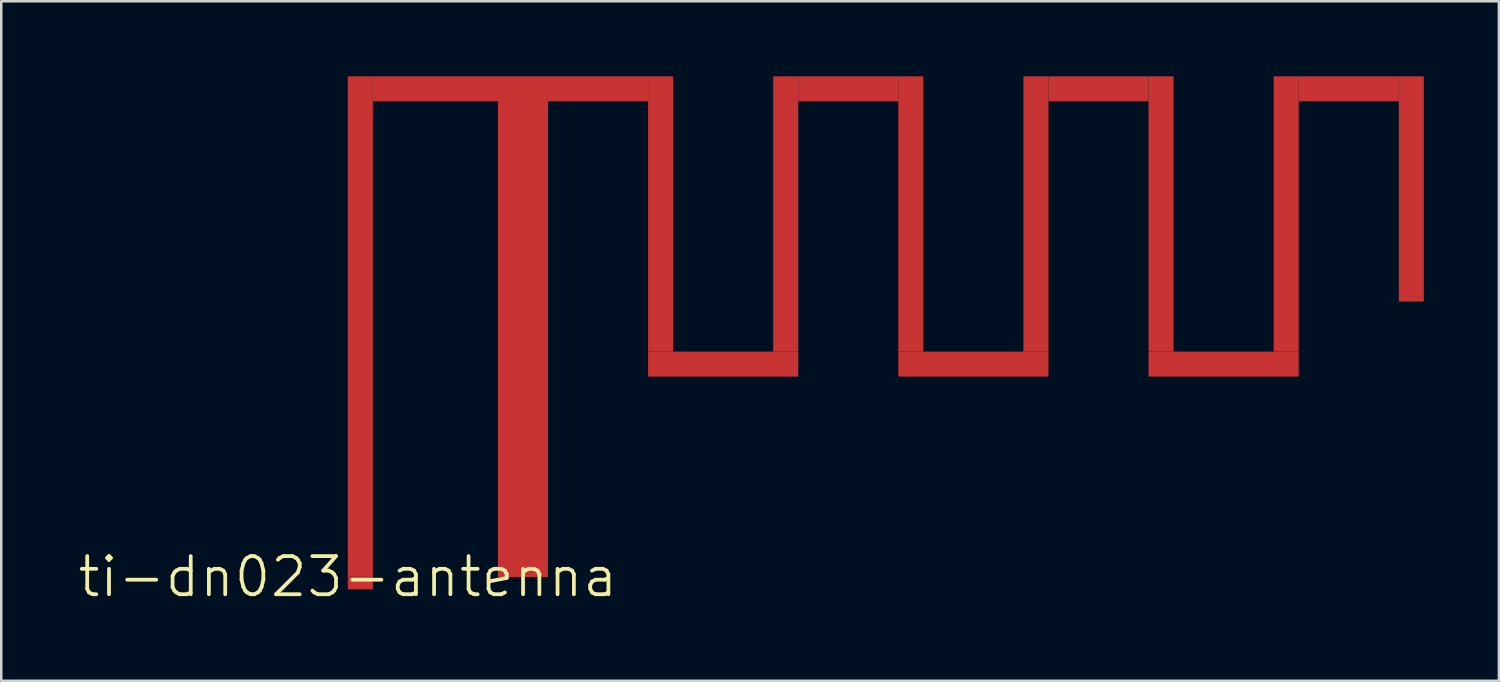
<source format=kicad_pcb>
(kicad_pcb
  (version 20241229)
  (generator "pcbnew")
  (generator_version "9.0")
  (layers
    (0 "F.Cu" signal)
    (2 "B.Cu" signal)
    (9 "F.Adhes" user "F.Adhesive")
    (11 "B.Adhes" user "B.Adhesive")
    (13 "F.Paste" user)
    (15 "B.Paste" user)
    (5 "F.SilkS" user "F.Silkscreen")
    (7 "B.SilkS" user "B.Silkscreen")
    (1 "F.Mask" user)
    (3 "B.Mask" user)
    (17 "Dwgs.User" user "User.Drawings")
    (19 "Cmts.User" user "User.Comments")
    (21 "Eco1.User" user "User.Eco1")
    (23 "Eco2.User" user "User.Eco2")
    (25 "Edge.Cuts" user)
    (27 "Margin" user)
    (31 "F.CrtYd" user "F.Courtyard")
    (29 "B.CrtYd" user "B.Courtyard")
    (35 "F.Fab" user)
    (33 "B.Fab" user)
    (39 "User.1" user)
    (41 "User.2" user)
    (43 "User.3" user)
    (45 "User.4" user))
  (footprint "ti-dn023-antenna"
    (layer "F.Cu")
    (at 10.849 20)
    (property "Reference" "ti-dn023-antenna" (at 0 0 0) (layer "F.SilkS") (effects (font (size 1.524 1.524) (thickness 0.15))))
    (attr through_hole)
    (fp_poly (pts (xy 0 -20) (xy 0 0) (xy 1 0) (xy 1 -20) (xy 0 -20)) (stroke (width 0) (type solid)) (fill yes) (layer "F.Cu"))
    (fp_poly (pts (xy 1 -20) (xy 1 -19) (xy 6 -19) (xy 6 -20) (xy 1 -20)) (stroke (width 0) (type solid)) (fill yes) (layer "F.Cu"))
    (fp_poly (pts (xy 6 -20) (xy 6 0) (xy 8 0) (xy 8 -20) (xy 6 -20)) (stroke (width 0) (type solid)) (fill yes) (layer "F.Cu"))
    (fp_poly (pts (xy 8 -20) (xy 8 -19) (xy 12 -19) (xy 12 -20) (xy 8 -20)) (stroke (width 0) (type solid)) (fill yes) (layer "F.Cu"))
    (fp_poly (pts (xy 12 -20) (xy 12 -9) (xy 13 -9) (xy 13 -20) (xy 12 -20)) (stroke (width 0) (type solid)) (fill yes) (layer "F.Cu"))
    (fp_poly (pts (xy 12 -9) (xy 12 -8) (xy 18 -8) (xy 18 -9) (xy 12 -9)) (stroke (width 0) (type solid)) (fill yes) (layer "F.Cu"))
    (fp_poly (pts (xy 17 -20) (xy 17 -9) (xy 18 -9) (xy 18 -20) (xy 17 -20)) (stroke (width 0) (type solid)) (fill yes) (layer "F.Cu"))
    (fp_poly (pts (xy 18 -20) (xy 18 -19) (xy 22 -19) (xy 22 -20) (xy 18 -20)) (stroke (width 0) (type solid)) (fill yes) (layer "F.Cu"))
    (fp_poly (pts (xy 22 -20) (xy 22 -9) (xy 23 -9) (xy 23 -20) (xy 22 -20)) (stroke (width 0) (type solid)) (fill yes) (layer "F.Cu"))
    (fp_poly (pts (xy 22 -9) (xy 22 -8) (xy 28 -8) (xy 28 -9) (xy 22 -9)) (stroke (width 0) (type solid)) (fill yes) (layer "F.Cu"))
    (fp_poly (pts (xy 27 -20) (xy 27 -9) (xy 28 -9) (xy 28 -20) (xy 27 -20)) (stroke (width 0) (type solid)) (fill yes) (layer "F.Cu"))
    (fp_poly (pts (xy 28 -20) (xy 28 -19) (xy 32 -19) (xy 32 -20) (xy 28 -20)) (stroke (width 0) (type solid)) (fill yes) (layer "F.Cu"))
    (fp_poly (pts (xy 32 -20) (xy 32 -9) (xy 33 -9) (xy 33 -20) (xy 32 -20)) (stroke (width 0) (type solid)) (fill yes) (layer "F.Cu"))
    (fp_poly (pts (xy 32 -9) (xy 32 -8) (xy 38 -8) (xy 38 -9) (xy 32 -9)) (stroke (width 0) (type solid)) (fill yes) (layer "F.Cu"))
    (fp_poly (pts (xy 37 -20) (xy 37 -9) (xy 38 -9) (xy 38 -20) (xy 37 -20)) (stroke (width 0) (type solid)) (fill yes) (layer "F.Cu"))
    (fp_poly (pts (xy 38 -20) (xy 38 -19) (xy 42 -19) (xy 42 -20) (xy 38 -20)) (stroke (width 0) (type solid)) (fill yes) (layer "F.Cu"))
    (fp_poly (pts (xy 42 -20) (xy 42 -11) (xy 43 -11) (xy 43 -20) (xy 42 -20)) (stroke (width 0) (type solid)) (fill yes) (layer "F.Cu"))
    (pad "1" smd rect (at 7 -0.25) (size 2 0.5) (layers "F.Cu" "F.Mask" "F.Paste"))
    (pad "2" smd rect (at 0.5 0.25) (size 1 0.5) (layers "F.Cu" "F.Mask" "F.Paste")))
  (gr_rect
    (start -3 -3)
    (end 56.849 24.155)
    (stroke (width 0.1) (type default))
    (fill no)
    (layer "Edge.Cuts")))
</source>
